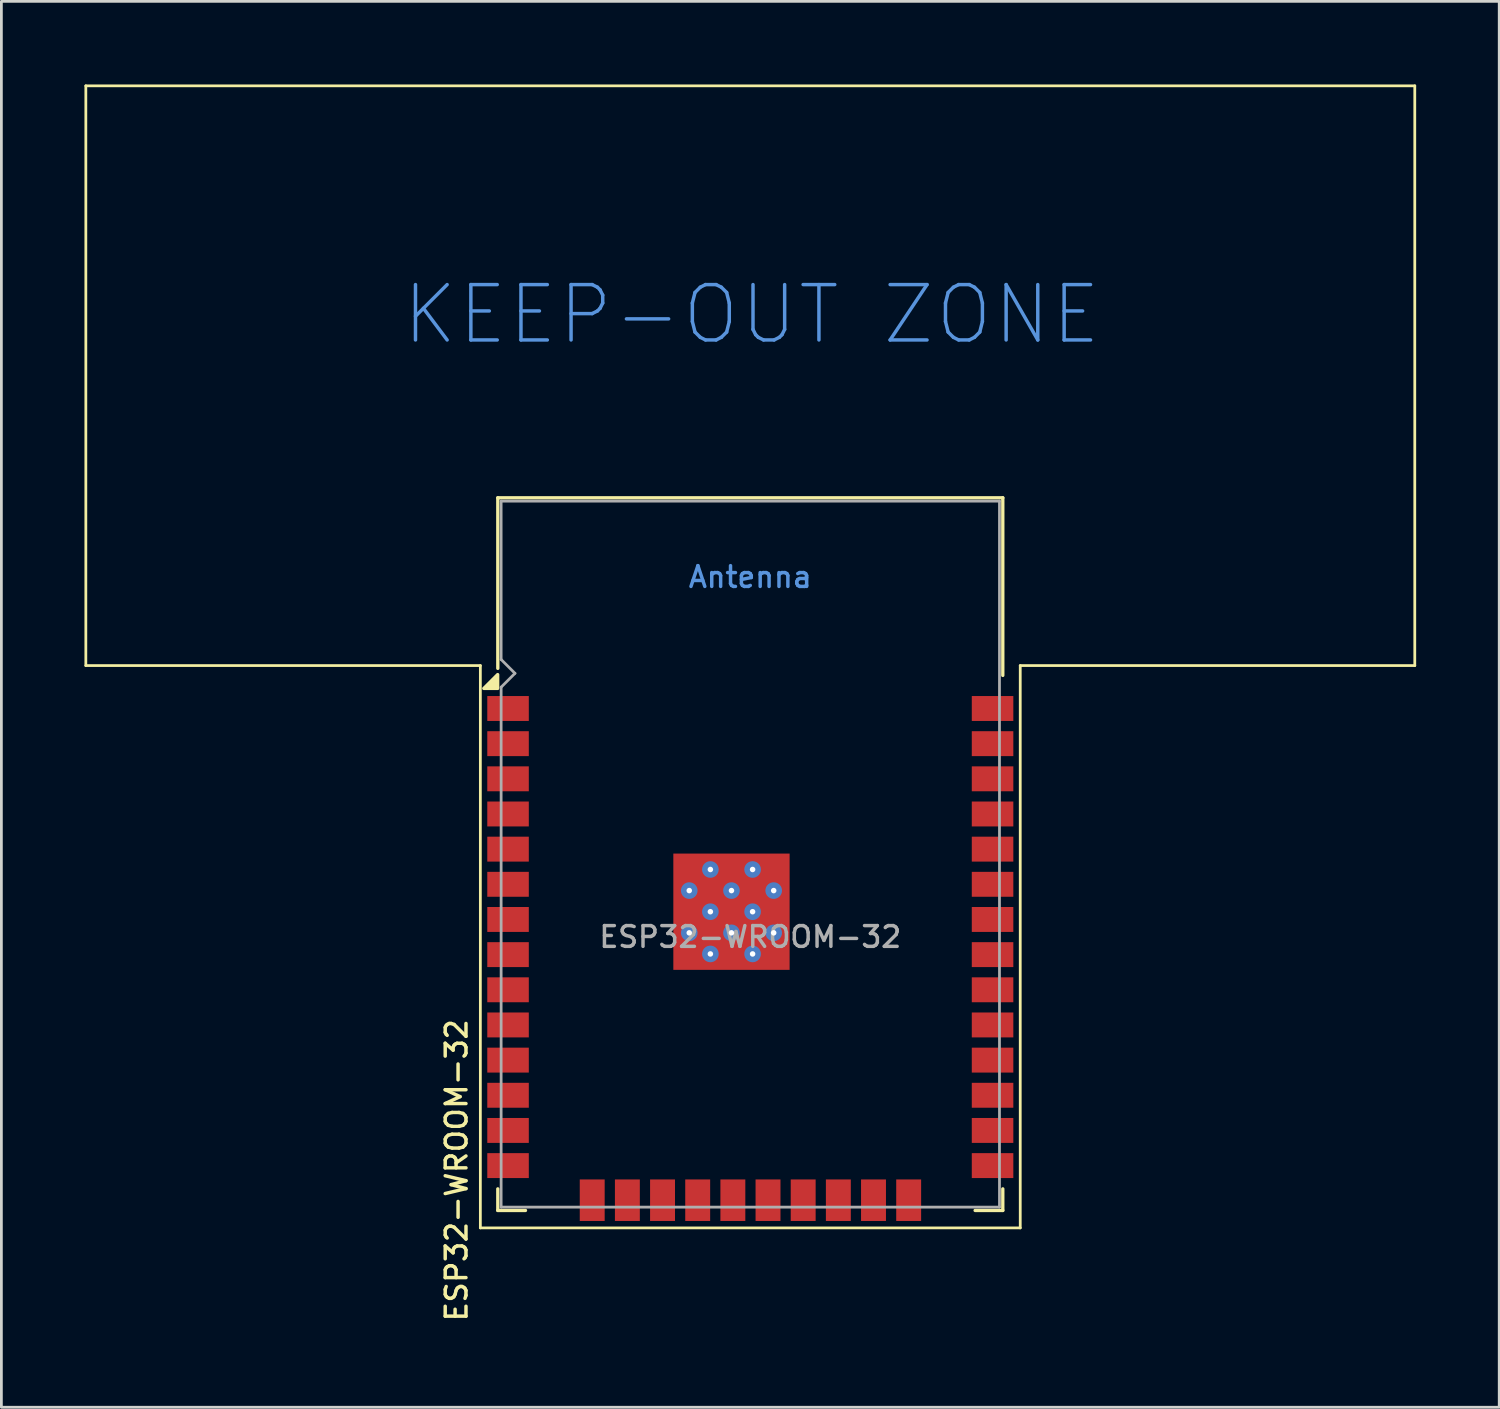
<source format=kicad_pcb>
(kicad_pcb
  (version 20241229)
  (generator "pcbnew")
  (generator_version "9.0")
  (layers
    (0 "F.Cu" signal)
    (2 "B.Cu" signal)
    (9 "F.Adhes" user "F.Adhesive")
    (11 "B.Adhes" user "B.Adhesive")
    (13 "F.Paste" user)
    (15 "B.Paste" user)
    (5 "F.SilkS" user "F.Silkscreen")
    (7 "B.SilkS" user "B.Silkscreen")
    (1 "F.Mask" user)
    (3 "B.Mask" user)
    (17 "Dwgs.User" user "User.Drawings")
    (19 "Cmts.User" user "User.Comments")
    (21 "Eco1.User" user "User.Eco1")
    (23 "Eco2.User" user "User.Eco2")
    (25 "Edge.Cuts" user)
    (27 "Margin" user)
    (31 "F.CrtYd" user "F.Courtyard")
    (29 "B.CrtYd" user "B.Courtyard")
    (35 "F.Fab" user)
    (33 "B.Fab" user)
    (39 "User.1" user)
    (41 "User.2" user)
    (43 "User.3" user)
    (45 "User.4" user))
  (footprint "ESP32-WROOM-32"
    (layer "F.Cu")
    (at 24.05 30.79)
    (property "Reference" "ESP32-WROOM-32" (at -10.61 8.43 90) (layer "F.SilkS") (effects (font (size 0.75 0.75) (thickness 0.125))))
    (attr smd)
    (fp_line (start -24 -30.74) (end -24 -9.8) (stroke (width 0.1) (type solid)) (layer "F.SilkS"))
    (fp_line (start -24 -9.8) (end -9.75 -9.8) (stroke (width 0.1) (type solid)) (layer "F.SilkS"))
    (fp_line (start -9.75 10.51) (end -9.75 -9.8) (stroke (width 0.1) (type solid)) (layer "F.SilkS"))
    (fp_line (start -9.75 10.51) (end 9.75 10.51) (stroke (width 0.1) (type solid)) (layer "F.SilkS"))
    (fp_line (start -9.12 -15.86) (end -9.12 -9.7) (stroke (width 0.12) (type solid)) (layer "F.SilkS"))
    (fp_line (start -9.12 -15.86) (end 9.12 -15.86) (stroke (width 0.12) (type solid)) (layer "F.SilkS"))
    (fp_line (start -9.12 9.1) (end -9.12 9.88) (stroke (width 0.12) (type solid)) (layer "F.SilkS"))
    (fp_line (start -9.12 9.88) (end -8.12 9.88) (stroke (width 0.12) (type solid)) (layer "F.SilkS"))
    (fp_line (start 9.12 -15.86) (end 9.12 -9.445) (stroke (width 0.12) (type solid)) (layer "F.SilkS"))
    (fp_line (start 9.12 9.1) (end 9.12 9.88) (stroke (width 0.12) (type solid)) (layer "F.SilkS"))
    (fp_line (start 9.12 9.88) (end 8.12 9.88) (stroke (width 0.12) (type solid)) (layer "F.SilkS"))
    (fp_line (start 9.75 -9.8) (end 9.75 10.51) (stroke (width 0.1) (type solid)) (layer "F.SilkS"))
    (fp_line (start 9.75 -9.8) (end 24 -9.8) (stroke (width 0.1) (type solid)) (layer "F.SilkS"))
    (fp_line (start 24 -30.74) (end -24 -30.74) (stroke (width 0.1) (type solid)) (layer "F.SilkS"))
    (fp_line (start 24 -9.8) (end 24 -30.74) (stroke (width 0.1) (type solid)) (layer "F.SilkS"))
    (fp_poly (pts (xy -9.125 -8.975) (xy -9.625 -8.975) (xy -9.125 -9.475) (xy -9.125 -8.975)) (stroke (width 0.12) (type solid)) (fill yes) (layer "F.SilkS"))
    (fp_line (start -9 -15.74) (end -9 -10.02) (stroke (width 0.1) (type solid)) (layer "F.Fab"))
    (fp_line (start -9 -15.74) (end 9 -15.74) (stroke (width 0.1) (type solid)) (layer "F.Fab"))
    (fp_line (start -9 -9.02) (end -9 9.76) (stroke (width 0.1) (type solid)) (layer "F.Fab"))
    (fp_line (start -9 -9.02) (end -8.5 -9.52) (stroke (width 0.1) (type solid)) (layer "F.Fab"))
    (fp_line (start -9 9.76) (end 9 9.76) (stroke (width 0.1) (type solid)) (layer "F.Fab"))
    (fp_line (start -8.5 -9.52) (end -9 -10.02) (stroke (width 0.1) (type solid)) (layer "F.Fab"))
    (fp_line (start 9 9.76) (end 9 -15.74) (stroke (width 0.1) (type solid)) (layer "F.Fab"))
    (fp_text user "KEEP-OUT ZONE" (at 0.05 -22.48 0) (layer "Cmts.User") (effects (font (size 2 2) (thickness 0.125))))
    (fp_text user "Antenna" (at 0 -13 0) (layer "Cmts.User") (effects (font (size 0.75 0.75) (thickness 0.125))))
    (fp_text user "${REFERENCE}" (at 0 0 0) (layer "F.Fab") (effects (font (size 0.75 0.75) (thickness 0.125))))
    (pad "1" smd rect (at -8.75 -8.25) (size 1.5 0.9) (layers "F.Cu" "F.Mask" "F.Paste"))
    (pad "2" smd rect (at -8.75 -6.98) (size 1.5 0.9) (layers "F.Cu" "F.Mask" "F.Paste"))
    (pad "3" smd rect (at -8.75 -5.71) (size 1.5 0.9) (layers "F.Cu" "F.Mask" "F.Paste"))
    (pad "4" smd rect (at -8.75 -4.44) (size 1.5 0.9) (layers "F.Cu" "F.Mask" "F.Paste"))
    (pad "5" smd rect (at -8.75 -3.17) (size 1.5 0.9) (layers "F.Cu" "F.Mask" "F.Paste"))
    (pad "6" smd rect (at -8.75 -1.9) (size 1.5 0.9) (layers "F.Cu" "F.Mask" "F.Paste"))
    (pad "7" smd rect (at -8.75 -0.63) (size 1.5 0.9) (layers "F.Cu" "F.Mask" "F.Paste"))
    (pad "8" smd rect (at -8.75 0.64) (size 1.5 0.9) (layers "F.Cu" "F.Mask" "F.Paste"))
    (pad "9" smd rect (at -8.75 1.91) (size 1.5 0.9) (layers "F.Cu" "F.Mask" "F.Paste"))
    (pad "10" smd rect (at -8.75 3.18) (size 1.5 0.9) (layers "F.Cu" "F.Mask" "F.Paste"))
    (pad "11" smd rect (at -8.75 4.45) (size 1.5 0.9) (layers "F.Cu" "F.Mask" "F.Paste"))
    (pad "12" smd rect (at -8.75 5.72) (size 1.5 0.9) (layers "F.Cu" "F.Mask" "F.Paste"))
    (pad "13" smd rect (at -8.75 6.99) (size 1.5 0.9) (layers "F.Cu" "F.Mask" "F.Paste"))
    (pad "14" smd rect (at -8.75 8.26) (size 1.5 0.9) (layers "F.Cu" "F.Mask" "F.Paste"))
    (pad "15" smd rect (at -5.71 9.51 90) (size 1.5 0.9) (layers "F.Cu" "F.Mask" "F.Paste"))
    (pad "16" smd rect (at -4.44 9.51 90) (size 1.5 0.9) (layers "F.Cu" "F.Mask" "F.Paste"))
    (pad "17" smd rect (at -3.17 9.51 90) (size 1.5 0.9) (layers "F.Cu" "F.Mask" "F.Paste"))
    (pad "18" smd rect (at -1.9 9.51 90) (size 1.5 0.9) (layers "F.Cu" "F.Mask" "F.Paste"))
    (pad "19" smd rect (at -0.63 9.51 90) (size 1.5 0.9) (layers "F.Cu" "F.Mask" "F.Paste"))
    (pad "20" smd rect (at 0.64 9.51 90) (size 1.5 0.9) (layers "F.Cu" "F.Mask" "F.Paste"))
    (pad "21" smd rect (at 1.91 9.51 90) (size 1.5 0.9) (layers "F.Cu" "F.Mask" "F.Paste"))
    (pad "22" smd rect (at 3.18 9.51 90) (size 1.5 0.9) (layers "F.Cu" "F.Mask" "F.Paste"))
    (pad "23" smd rect (at 4.45 9.51 90) (size 1.5 0.9) (layers "F.Cu" "F.Mask" "F.Paste"))
    (pad "24" smd rect (at 5.72 9.51 90) (size 1.5 0.9) (layers "F.Cu" "F.Mask" "F.Paste"))
    (pad "25" smd rect (at 8.75 8.26) (size 1.5 0.9) (layers "F.Cu" "F.Mask" "F.Paste"))
    (pad "26" smd rect (at 8.75 6.99) (size 1.5 0.9) (layers "F.Cu" "F.Mask" "F.Paste"))
    (pad "27" smd rect (at 8.75 5.72) (size 1.5 0.9) (layers "F.Cu" "F.Mask" "F.Paste"))
    (pad "28" smd rect (at 8.75 4.45) (size 1.5 0.9) (layers "F.Cu" "F.Mask" "F.Paste"))
    (pad "29" smd rect (at 8.75 3.18) (size 1.5 0.9) (layers "F.Cu" "F.Mask" "F.Paste"))
    (pad "30" smd rect (at 8.75 1.91) (size 1.5 0.9) (layers "F.Cu" "F.Mask" "F.Paste"))
    (pad "31" smd rect (at 8.75 0.64) (size 1.5 0.9) (layers "F.Cu" "F.Mask" "F.Paste"))
    (pad "32" smd rect (at 8.75 -0.63) (size 1.5 0.9) (layers "F.Cu" "F.Mask" "F.Paste"))
    (pad "33" smd rect (at 8.75 -1.9) (size 1.5 0.9) (layers "F.Cu" "F.Mask" "F.Paste"))
    (pad "34" smd rect (at 8.75 -3.17) (size 1.5 0.9) (layers "F.Cu" "F.Mask" "F.Paste"))
    (pad "35" smd rect (at 8.75 -4.44) (size 1.5 0.9) (layers "F.Cu" "F.Mask" "F.Paste"))
    (pad "36" smd rect (at 8.75 -5.71) (size 1.5 0.9) (layers "F.Cu" "F.Mask" "F.Paste"))
    (pad "37" smd rect (at 8.75 -6.98) (size 1.5 0.9) (layers "F.Cu" "F.Mask" "F.Paste"))
    (pad "38" smd rect (at 8.75 -8.25) (size 1.5 0.9) (layers "F.Cu" "F.Mask" "F.Paste"))
    (pad "39" smd rect (at -2.205 -2.435) (size 1.05 1.05) (layers "F.Cu" "F.Paste"))
    (pad "39" thru_hole circle (at -2.205 -1.673) (size 0.6 0.6) (drill 0.2) (property pad_prop_heatsink) (layers "*.Cu" "F.Mask"))
    (pad "39" smd rect (at -2.205 -0.91) (size 1.05 1.05) (layers "F.Cu" "F.Paste"))
    (pad "39" thru_hole circle (at -2.205 -0.147) (size 0.6 0.6) (drill 0.2) (property pad_prop_heatsink) (layers "*.Cu" "F.Mask"))
    (pad "39" smd rect (at -2.205 0.615) (size 1.05 1.05) (layers "F.Cu" "F.Paste"))
    (pad "39" thru_hole circle (at -1.442 -2.435) (size 0.6 0.6) (drill 0.2) (property pad_prop_heatsink) (layers "*.Cu" "F.Mask"))
    (pad "39" thru_hole circle (at -1.442 -0.91) (size 0.6 0.6) (drill 0.2) (property pad_prop_heatsink) (layers "*.Cu" "F.Mask"))
    (pad "39" thru_hole circle (at -1.442 0.615) (size 0.6 0.6) (drill 0.2) (property pad_prop_heatsink) (layers "*.Cu" "F.Mask"))
    (pad "39" smd rect (at -0.68 -2.435) (size 1.05 1.05) (layers "F.Cu" "F.Paste"))
    (pad "39" thru_hole circle (at -0.68 -1.673) (size 0.6 0.6) (drill 0.2) (property pad_prop_heatsink) (layers "*.Cu" "F.Mask"))
    (pad "39" smd rect (at -0.68 -0.91) (size 1.05 1.05) (layers "F.Cu" "F.Paste"))
    (pad "39" smd rect (at -0.68 -0.91) (size 4.2 4.2) (layers "F.Cu" "F.Mask"))
    (pad "39" thru_hole circle (at -0.68 -0.147) (size 0.6 0.6) (drill 0.2) (property pad_prop_heatsink) (layers "*.Cu" "F.Mask"))
    (pad "39" smd rect (at -0.68 0.615) (size 1.05 1.05) (layers "F.Cu" "F.Paste"))
    (pad "39" thru_hole circle (at 0.083 -2.435) (size 0.6 0.6) (drill 0.2) (property pad_prop_heatsink) (layers "*.Cu" "F.Mask"))
    (pad "39" thru_hole circle (at 0.083 -0.91) (size 0.6 0.6) (drill 0.2) (property pad_prop_heatsink) (layers "*.Cu" "F.Mask"))
    (pad "39" thru_hole circle (at 0.083 0.615) (size 0.6 0.6) (drill 0.2) (property pad_prop_heatsink) (layers "*.Cu" "F.Mask"))
    (pad "39" smd rect (at 0.845 -2.435) (size 1.05 1.05) (layers "F.Cu" "F.Paste"))
    (pad "39" thru_hole circle (at 0.845 -1.673) (size 0.6 0.6) (drill 0.2) (property pad_prop_heatsink) (layers "*.Cu" "F.Mask"))
    (pad "39" smd rect (at 0.845 -0.91) (size 1.05 1.05) (layers "F.Cu" "F.Paste"))
    (pad "39" thru_hole circle (at 0.845 -0.147) (size 0.6 0.6) (drill 0.2) (property pad_prop_heatsink) (layers "*.Cu" "F.Mask"))
    (pad "39" smd rect (at 0.845 0.615) (size 1.05 1.05) (layers "F.Cu" "F.Paste"))
    (zone (net_name "") (layers "F.Cu" "B.Cu") (hatch full 0.508) (connect_pads) (min_thickness 0.254) (filled_areas_thickness no) (keepout (tracks not_allowed) (vias not_allowed) (pads not_allowed) (copperpour not_allowed) (footprints not_allowed)) (placement (enabled no)) (fill) (polygon (pts (xy 0.05 20.99) (xy 48.05 20.99) (xy 48.05 0.05) (xy 0.05 0.05)))))
  (gr_rect
    (start -3 -3)
    (end 51.1 47.779)
    (stroke (width 0.1) (type default))
    (fill no)
    (layer "Edge.Cuts")))
</source>
